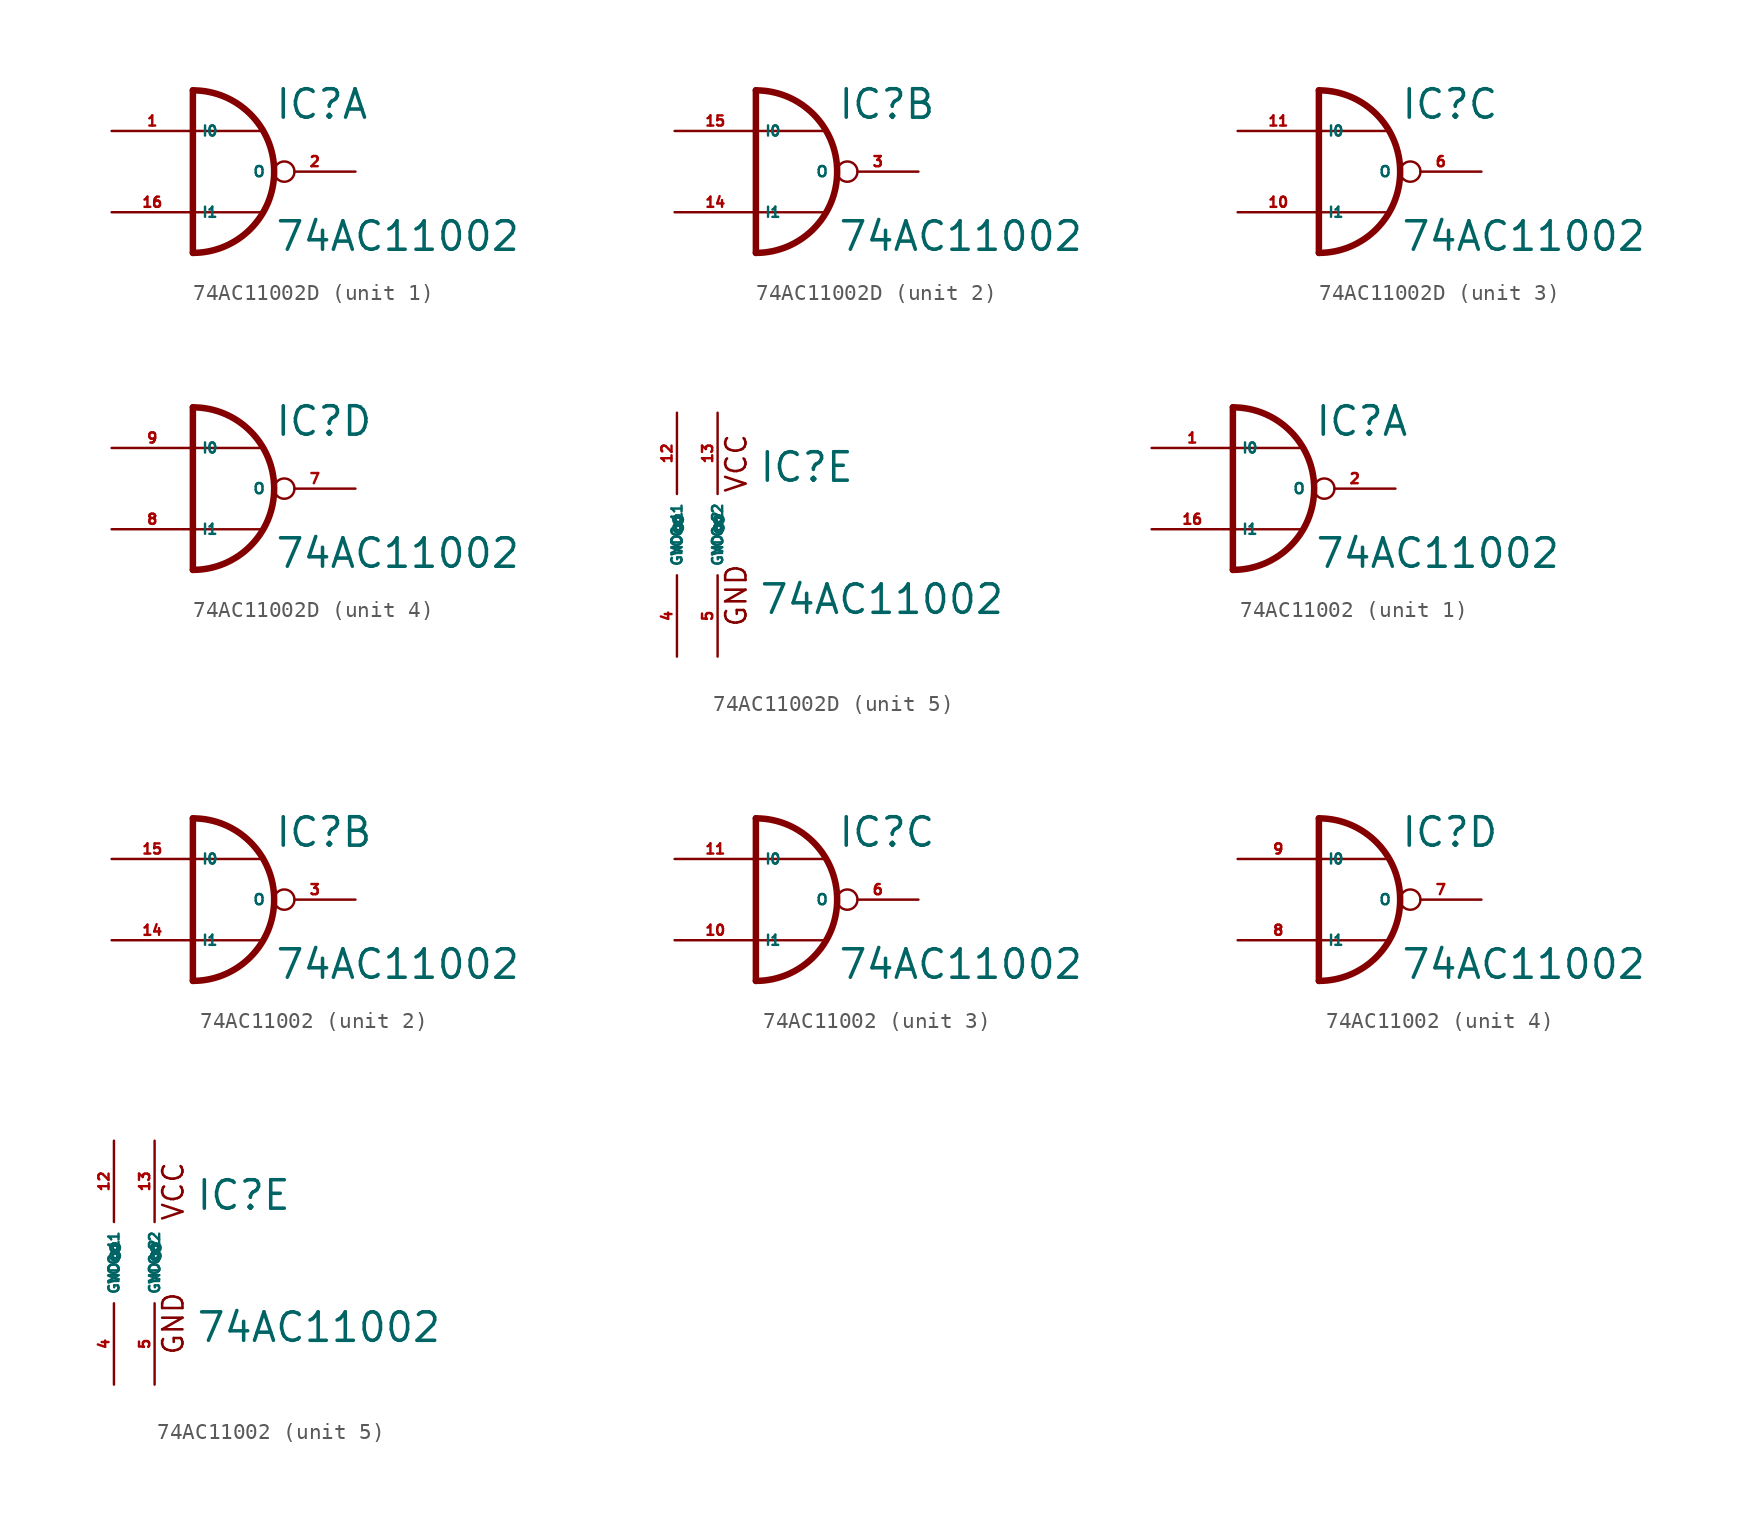
<source format=kicad_sym>
(kicad_symbol_lib
  (version 20220914)
  (generator Eagle2Kicad)
  (symbol "74AC11002D"
    (property "Reference" "IC"
      (at 2.54 3.175 0)
      (effects (font (size 1.778 1.778) (thickness 0.22)) (justify left bottom)))
    (property "Value" "74AC11002"
      (at 2.54 -5.08 0)
      (effects (font (size 1.778 1.778) (thickness 0.22)) (justify left bottom)))
    (symbol "74AC11002D_1_0"
      (arc (start -2.54 -5.08) (mid 2.540 0.000) (end -2.54 5.08) (stroke (width 0.4064) (type default)) (fill (type none)))
      (polyline (pts (xy -2.54 5.08) (xy -2.54 2.54)) (stroke (width 0.406) (type default)) (fill (type none)))
      (polyline (pts (xy -2.54 2.54) (xy 1.905 2.54)) (stroke (width 0.152) (type default)) (fill (type none)))
      (polyline (pts (xy -2.54 2.54) (xy -2.54 -2.54)) (stroke (width 0.406) (type default)) (fill (type none)))
      (polyline (pts (xy -2.54 -2.54) (xy 1.905 -2.54)) (stroke (width 0.152) (type default)) (fill (type none)))
      (polyline (pts (xy -2.54 -2.54) (xy -2.54 -5.08)) (stroke (width 0.406) (type default)) (fill (type none)))
      (pin input line (at -7.62 2.54 0) (length 5.08) (name "I0" (effects (font (size 0.635 0.635) (thickness 0.08)) (justify left bottom))) (number "1" (effects (font (size 0.635 0.635) (thickness 0.08)) (justify left bottom))))
      (pin output inverted (at 7.62 0 180) (length 5.08) (name "O" (effects (font (size 0.635 0.635) (thickness 0.08)) (justify left bottom))) (number "2" (effects (font (size 0.635 0.635) (thickness 0.08)) (justify left bottom))))
      (pin input line (at -7.62 -2.54 0) (length 5.08) (name "I1" (effects (font (size 0.635 0.635) (thickness 0.08)) (justify left bottom))) (number "16" (effects (font (size 0.635 0.635) (thickness 0.08)) (justify left bottom)))))
    (symbol "74AC11002D_2_0"
      (arc (start -2.54 -5.08) (mid 2.540 0.000) (end -2.54 5.08) (stroke (width 0.4064) (type default)) (fill (type none)))
      (polyline (pts (xy -2.54 5.08) (xy -2.54 2.54)) (stroke (width 0.406) (type default)) (fill (type none)))
      (polyline (pts (xy -2.54 2.54) (xy 1.905 2.54)) (stroke (width 0.152) (type default)) (fill (type none)))
      (polyline (pts (xy -2.54 2.54) (xy -2.54 -2.54)) (stroke (width 0.406) (type default)) (fill (type none)))
      (polyline (pts (xy -2.54 -2.54) (xy 1.905 -2.54)) (stroke (width 0.152) (type default)) (fill (type none)))
      (polyline (pts (xy -2.54 -2.54) (xy -2.54 -5.08)) (stroke (width 0.406) (type default)) (fill (type none)))
      (pin input line (at -7.62 2.54 0) (length 5.08) (name "I0" (effects (font (size 0.635 0.635) (thickness 0.08)) (justify left bottom))) (number "15" (effects (font (size 0.635 0.635) (thickness 0.08)) (justify left bottom))))
      (pin output inverted (at 7.62 0 180) (length 5.08) (name "O" (effects (font (size 0.635 0.635) (thickness 0.08)) (justify left bottom))) (number "3" (effects (font (size 0.635 0.635) (thickness 0.08)) (justify left bottom))))
      (pin input line (at -7.62 -2.54 0) (length 5.08) (name "I1" (effects (font (size 0.635 0.635) (thickness 0.08)) (justify left bottom))) (number "14" (effects (font (size 0.635 0.635) (thickness 0.08)) (justify left bottom)))))
    (symbol "74AC11002D_3_0"
      (arc (start -2.54 -5.08) (mid 2.540 0.000) (end -2.54 5.08) (stroke (width 0.4064) (type default)) (fill (type none)))
      (polyline (pts (xy -2.54 5.08) (xy -2.54 2.54)) (stroke (width 0.406) (type default)) (fill (type none)))
      (polyline (pts (xy -2.54 2.54) (xy 1.905 2.54)) (stroke (width 0.152) (type default)) (fill (type none)))
      (polyline (pts (xy -2.54 2.54) (xy -2.54 -2.54)) (stroke (width 0.406) (type default)) (fill (type none)))
      (polyline (pts (xy -2.54 -2.54) (xy 1.905 -2.54)) (stroke (width 0.152) (type default)) (fill (type none)))
      (polyline (pts (xy -2.54 -2.54) (xy -2.54 -5.08)) (stroke (width 0.406) (type default)) (fill (type none)))
      (pin input line (at -7.62 2.54 0) (length 5.08) (name "I0" (effects (font (size 0.635 0.635) (thickness 0.08)) (justify left bottom))) (number "11" (effects (font (size 0.635 0.635) (thickness 0.08)) (justify left bottom))))
      (pin output inverted (at 7.62 0 180) (length 5.08) (name "O" (effects (font (size 0.635 0.635) (thickness 0.08)) (justify left bottom))) (number "6" (effects (font (size 0.635 0.635) (thickness 0.08)) (justify left bottom))))
      (pin input line (at -7.62 -2.54 0) (length 5.08) (name "I1" (effects (font (size 0.635 0.635) (thickness 0.08)) (justify left bottom))) (number "10" (effects (font (size 0.635 0.635) (thickness 0.08)) (justify left bottom)))))
    (symbol "74AC11002D_4_0"
      (arc (start -2.54 -5.08) (mid 2.540 0.000) (end -2.54 5.08) (stroke (width 0.4064) (type default)) (fill (type none)))
      (polyline (pts (xy -2.54 5.08) (xy -2.54 2.54)) (stroke (width 0.406) (type default)) (fill (type none)))
      (polyline (pts (xy -2.54 2.54) (xy 1.905 2.54)) (stroke (width 0.152) (type default)) (fill (type none)))
      (polyline (pts (xy -2.54 2.54) (xy -2.54 -2.54)) (stroke (width 0.406) (type default)) (fill (type none)))
      (polyline (pts (xy -2.54 -2.54) (xy 1.905 -2.54)) (stroke (width 0.152) (type default)) (fill (type none)))
      (polyline (pts (xy -2.54 -2.54) (xy -2.54 -5.08)) (stroke (width 0.406) (type default)) (fill (type none)))
      (pin input line (at -7.62 2.54 0) (length 5.08) (name "I0" (effects (font (size 0.635 0.635) (thickness 0.08)) (justify left bottom))) (number "9" (effects (font (size 0.635 0.635) (thickness 0.08)) (justify left bottom))))
      (pin output inverted (at 7.62 0 180) (length 5.08) (name "O" (effects (font (size 0.635 0.635) (thickness 0.08)) (justify left bottom))) (number "7" (effects (font (size 0.635 0.635) (thickness 0.08)) (justify left bottom))))
      (pin input line (at -7.62 -2.54 0) (length 5.08) (name "I1" (effects (font (size 0.635 0.635) (thickness 0.08)) (justify left bottom))) (number "8" (effects (font (size 0.635 0.635) (thickness 0.08)) (justify left bottom)))))
    (symbol "74AC11002D_5_0"
      (text "VCC" (at 1.905 2.54 900) (effects (font (size 1.27 1.27) (thickness 0.16)) (justify left bottom)))
      (text "GND" (at 1.905 -5.842 900) (effects (font (size 1.27 1.27) (thickness 0.16)) (justify left bottom)))
      (pin unspecified line (at -2.54 -7.62 90) (length 5.08) (name "GND@1" (effects (font (size 0.635 0.635) (thickness 0.08)) (justify left bottom))) (number "4" (effects (font (size 0.635 0.635) (thickness 0.08)) (justify left bottom))))
      (pin unspecified line (at 0 -7.62 90) (length 5.08) (name "GND@2" (effects (font (size 0.635 0.635) (thickness 0.08)) (justify left bottom))) (number "5" (effects (font (size 0.635 0.635) (thickness 0.08)) (justify left bottom))))
      (pin unspecified line (at -2.54 7.62 270) (length 5.08) (name "VCC@1" (effects (font (size 0.635 0.635) (thickness 0.08)) (justify left bottom))) (number "12" (effects (font (size 0.635 0.635) (thickness 0.08)) (justify left bottom))))
      (pin unspecified line (at 0 7.62 270) (length 5.08) (name "VCC@2" (effects (font (size 0.635 0.635) (thickness 0.08)) (justify left bottom))) (number "13" (effects (font (size 0.635 0.635) (thickness 0.08)) (justify left bottom))))))
  (symbol "74AC11002"
    (property "Reference" "IC"
      (at 2.54 3.175 0)
      (effects (font (size 1.778 1.778) (thickness 0.22)) (justify left bottom)))
    (property "Value" "74AC11002"
      (at 2.54 -5.08 0)
      (effects (font (size 1.778 1.778) (thickness 0.22)) (justify left bottom)))
    (symbol "74AC11002_1_0"
      (arc (start -2.54 -5.08) (mid 2.540 0.000) (end -2.54 5.08) (stroke (width 0.4064) (type default)) (fill (type none)))
      (polyline (pts (xy -2.54 5.08) (xy -2.54 2.54)) (stroke (width 0.406) (type default)) (fill (type none)))
      (polyline (pts (xy -2.54 2.54) (xy 1.905 2.54)) (stroke (width 0.152) (type default)) (fill (type none)))
      (polyline (pts (xy -2.54 2.54) (xy -2.54 -2.54)) (stroke (width 0.406) (type default)) (fill (type none)))
      (polyline (pts (xy -2.54 -2.54) (xy 1.905 -2.54)) (stroke (width 0.152) (type default)) (fill (type none)))
      (polyline (pts (xy -2.54 -2.54) (xy -2.54 -5.08)) (stroke (width 0.406) (type default)) (fill (type none)))
      (pin input line (at -7.62 2.54 0) (length 5.08) (name "I0" (effects (font (size 0.635 0.635) (thickness 0.08)) (justify left bottom))) (number "1" (effects (font (size 0.635 0.635) (thickness 0.08)) (justify left bottom))))
      (pin output inverted (at 7.62 0 180) (length 5.08) (name "O" (effects (font (size 0.635 0.635) (thickness 0.08)) (justify left bottom))) (number "2" (effects (font (size 0.635 0.635) (thickness 0.08)) (justify left bottom))))
      (pin input line (at -7.62 -2.54 0) (length 5.08) (name "I1" (effects (font (size 0.635 0.635) (thickness 0.08)) (justify left bottom))) (number "16" (effects (font (size 0.635 0.635) (thickness 0.08)) (justify left bottom)))))
    (symbol "74AC11002_2_0"
      (arc (start -2.54 -5.08) (mid 2.540 0.000) (end -2.54 5.08) (stroke (width 0.4064) (type default)) (fill (type none)))
      (polyline (pts (xy -2.54 5.08) (xy -2.54 2.54)) (stroke (width 0.406) (type default)) (fill (type none)))
      (polyline (pts (xy -2.54 2.54) (xy 1.905 2.54)) (stroke (width 0.152) (type default)) (fill (type none)))
      (polyline (pts (xy -2.54 2.54) (xy -2.54 -2.54)) (stroke (width 0.406) (type default)) (fill (type none)))
      (polyline (pts (xy -2.54 -2.54) (xy 1.905 -2.54)) (stroke (width 0.152) (type default)) (fill (type none)))
      (polyline (pts (xy -2.54 -2.54) (xy -2.54 -5.08)) (stroke (width 0.406) (type default)) (fill (type none)))
      (pin input line (at -7.62 2.54 0) (length 5.08) (name "I0" (effects (font (size 0.635 0.635) (thickness 0.08)) (justify left bottom))) (number "15" (effects (font (size 0.635 0.635) (thickness 0.08)) (justify left bottom))))
      (pin output inverted (at 7.62 0 180) (length 5.08) (name "O" (effects (font (size 0.635 0.635) (thickness 0.08)) (justify left bottom))) (number "3" (effects (font (size 0.635 0.635) (thickness 0.08)) (justify left bottom))))
      (pin input line (at -7.62 -2.54 0) (length 5.08) (name "I1" (effects (font (size 0.635 0.635) (thickness 0.08)) (justify left bottom))) (number "14" (effects (font (size 0.635 0.635) (thickness 0.08)) (justify left bottom)))))
    (symbol "74AC11002_3_0"
      (arc (start -2.54 -5.08) (mid 2.540 0.000) (end -2.54 5.08) (stroke (width 0.4064) (type default)) (fill (type none)))
      (polyline (pts (xy -2.54 5.08) (xy -2.54 2.54)) (stroke (width 0.406) (type default)) (fill (type none)))
      (polyline (pts (xy -2.54 2.54) (xy 1.905 2.54)) (stroke (width 0.152) (type default)) (fill (type none)))
      (polyline (pts (xy -2.54 2.54) (xy -2.54 -2.54)) (stroke (width 0.406) (type default)) (fill (type none)))
      (polyline (pts (xy -2.54 -2.54) (xy 1.905 -2.54)) (stroke (width 0.152) (type default)) (fill (type none)))
      (polyline (pts (xy -2.54 -2.54) (xy -2.54 -5.08)) (stroke (width 0.406) (type default)) (fill (type none)))
      (pin input line (at -7.62 2.54 0) (length 5.08) (name "I0" (effects (font (size 0.635 0.635) (thickness 0.08)) (justify left bottom))) (number "11" (effects (font (size 0.635 0.635) (thickness 0.08)) (justify left bottom))))
      (pin output inverted (at 7.62 0 180) (length 5.08) (name "O" (effects (font (size 0.635 0.635) (thickness 0.08)) (justify left bottom))) (number "6" (effects (font (size 0.635 0.635) (thickness 0.08)) (justify left bottom))))
      (pin input line (at -7.62 -2.54 0) (length 5.08) (name "I1" (effects (font (size 0.635 0.635) (thickness 0.08)) (justify left bottom))) (number "10" (effects (font (size 0.635 0.635) (thickness 0.08)) (justify left bottom)))))
    (symbol "74AC11002_4_0"
      (arc (start -2.54 -5.08) (mid 2.540 0.000) (end -2.54 5.08) (stroke (width 0.4064) (type default)) (fill (type none)))
      (polyline (pts (xy -2.54 5.08) (xy -2.54 2.54)) (stroke (width 0.406) (type default)) (fill (type none)))
      (polyline (pts (xy -2.54 2.54) (xy 1.905 2.54)) (stroke (width 0.152) (type default)) (fill (type none)))
      (polyline (pts (xy -2.54 2.54) (xy -2.54 -2.54)) (stroke (width 0.406) (type default)) (fill (type none)))
      (polyline (pts (xy -2.54 -2.54) (xy 1.905 -2.54)) (stroke (width 0.152) (type default)) (fill (type none)))
      (polyline (pts (xy -2.54 -2.54) (xy -2.54 -5.08)) (stroke (width 0.406) (type default)) (fill (type none)))
      (pin input line (at -7.62 2.54 0) (length 5.08) (name "I0" (effects (font (size 0.635 0.635) (thickness 0.08)) (justify left bottom))) (number "9" (effects (font (size 0.635 0.635) (thickness 0.08)) (justify left bottom))))
      (pin output inverted (at 7.62 0 180) (length 5.08) (name "O" (effects (font (size 0.635 0.635) (thickness 0.08)) (justify left bottom))) (number "7" (effects (font (size 0.635 0.635) (thickness 0.08)) (justify left bottom))))
      (pin input line (at -7.62 -2.54 0) (length 5.08) (name "I1" (effects (font (size 0.635 0.635) (thickness 0.08)) (justify left bottom))) (number "8" (effects (font (size 0.635 0.635) (thickness 0.08)) (justify left bottom)))))
    (symbol "74AC11002_5_0"
      (text "VCC" (at 1.905 2.54 900) (effects (font (size 1.27 1.27) (thickness 0.16)) (justify left bottom)))
      (text "GND" (at 1.905 -5.842 900) (effects (font (size 1.27 1.27) (thickness 0.16)) (justify left bottom)))
      (pin unspecified line (at -2.54 -7.62 90) (length 5.08) (name "GND@1" (effects (font (size 0.635 0.635) (thickness 0.08)) (justify left bottom))) (number "4" (effects (font (size 0.635 0.635) (thickness 0.08)) (justify left bottom))))
      (pin unspecified line (at 0 -7.62 90) (length 5.08) (name "GND@2" (effects (font (size 0.635 0.635) (thickness 0.08)) (justify left bottom))) (number "5" (effects (font (size 0.635 0.635) (thickness 0.08)) (justify left bottom))))
      (pin unspecified line (at -2.54 7.62 270) (length 5.08) (name "VCC@1" (effects (font (size 0.635 0.635) (thickness 0.08)) (justify left bottom))) (number "12" (effects (font (size 0.635 0.635) (thickness 0.08)) (justify left bottom))))
      (pin unspecified line (at 0 7.62 270) (length 5.08) (name "VCC@2" (effects (font (size 0.635 0.635) (thickness 0.08)) (justify left bottom))) (number "13" (effects (font (size 0.635 0.635) (thickness 0.08)) (justify left bottom)))))))
</source>
